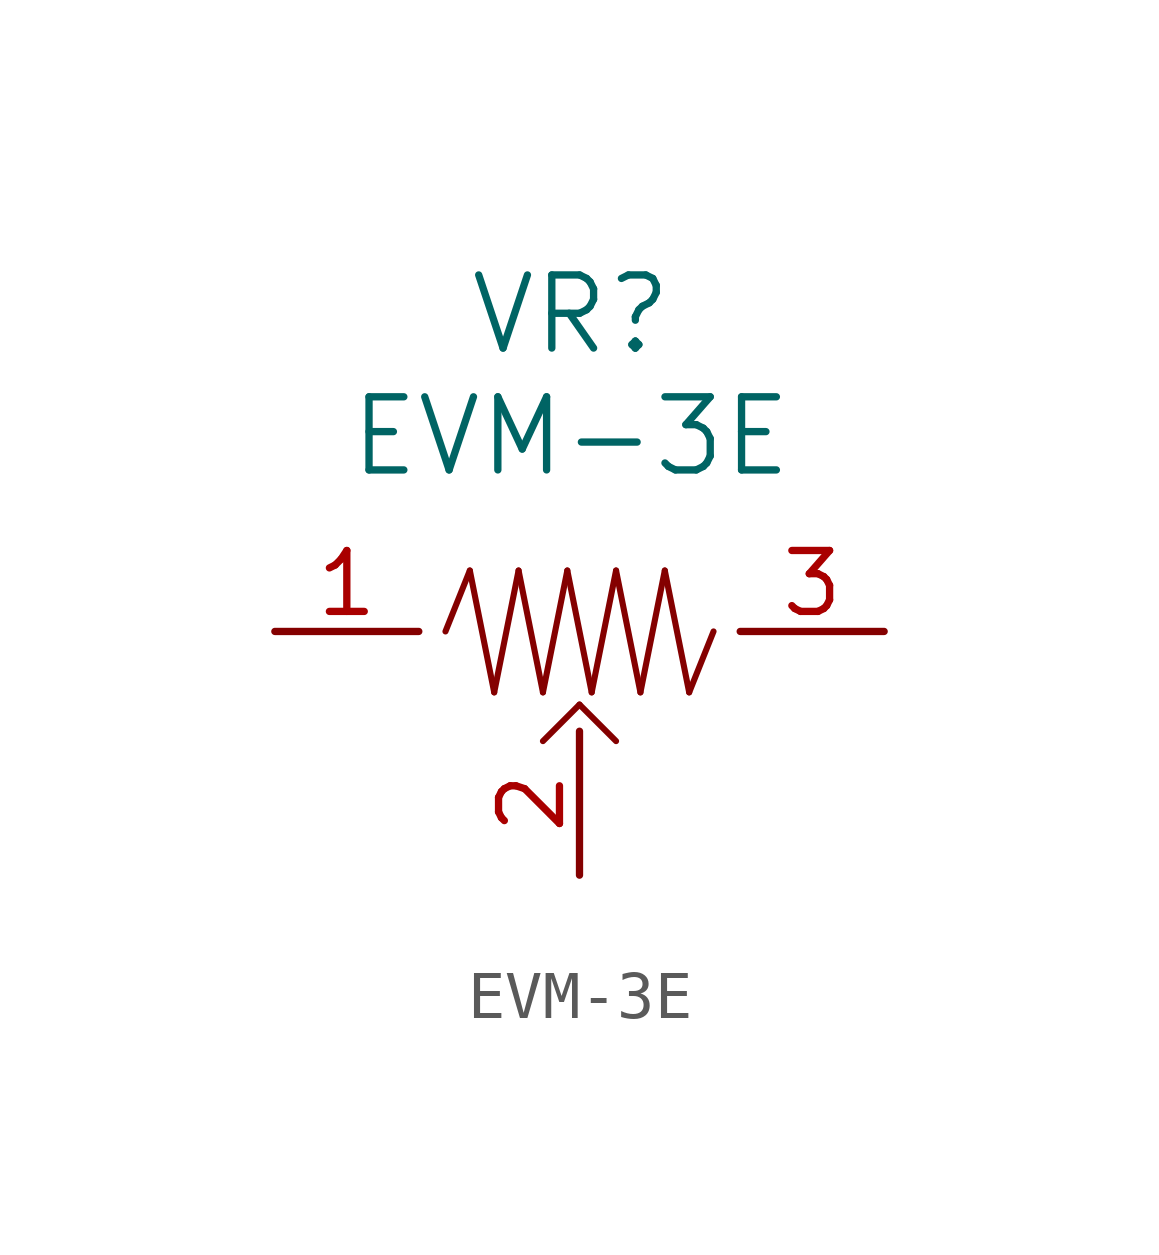
<source format=kicad_sym>
(kicad_symbol_lib
  (version 20220914)
  (generator kicad_symbol_editor)
  (symbol "EVM-3E"
    (pin_names
      (offset 0.254))
    (property "Reference" "VR"
      (at 20.142 6.604 0)
      (effects (font (size 1.524 1.524))))
    (property "Value" "EVM-3E"
      (at 20.142 4.064 0)
      (effects (font (size 1.524 1.524))))
    (symbol "EVM-3E_0_1"
      (polyline (pts (xy 17.526 0) (xy 18.034 1.27)) (stroke (width 0.127) (type default)) (fill (type none)))
      (polyline (pts (xy 18.034 1.27) (xy 18.542 -1.27)) (stroke (width 0.127) (type default)) (fill (type none)))
      (polyline (pts (xy 18.542 -1.27) (xy 19.05 1.27)) (stroke (width 0.127) (type default)) (fill (type none)))
      (polyline (pts (xy 19.05 1.27) (xy 19.558 -1.27)) (stroke (width 0.127) (type default)) (fill (type none)))
      (polyline (pts (xy 19.558 -1.27) (xy 20.066 1.27)) (stroke (width 0.127) (type default)) (fill (type none)))
      (polyline (pts (xy 20.066 1.27) (xy 20.574 -1.27)) (stroke (width 0.127) (type default)) (fill (type none)))
      (polyline (pts (xy 20.32 -1.524) (xy 19.558 -2.286)) (stroke (width 0.127) (type default)) (fill (type none)))
      (polyline (pts (xy 20.32 -1.524) (xy 21.082 -2.286)) (stroke (width 0.127) (type default)) (fill (type none)))
      (polyline (pts (xy 20.574 -1.27) (xy 21.082 1.27)) (stroke (width 0.127) (type default)) (fill (type none)))
      (polyline (pts (xy 21.082 1.27) (xy 21.59 -1.27)) (stroke (width 0.127) (type default)) (fill (type none)))
      (polyline (pts (xy 21.59 -1.27) (xy 22.098 1.27)) (stroke (width 0.127) (type default)) (fill (type none)))
      (polyline (pts (xy 22.098 1.27) (xy 22.606 -1.27)) (stroke (width 0.127) (type default)) (fill (type none)))
      (polyline (pts (xy 22.606 -1.27) (xy 23.114 0)) (stroke (width 0.127) (type default)) (fill (type none))))
    (symbol "EVM-3E_1_1"
      (pin passive line (at 13.97 0 0) (length 3) (name "" (effects (font (size 1.27 1.27)))) (number "1" (effects (font (size 1.27 1.27)))))
      (pin passive line (at 20.32 -5.08 90) (length 3) (name "" (effects (font (size 1.27 1.27)))) (number "2" (effects (font (size 1.27 1.27)))))
      (pin passive line (at 26.67 0 180) (length 3) (name "" (effects (font (size 1.27 1.27)))) (number "3" (effects (font (size 1.27 1.27))))))))
</source>
